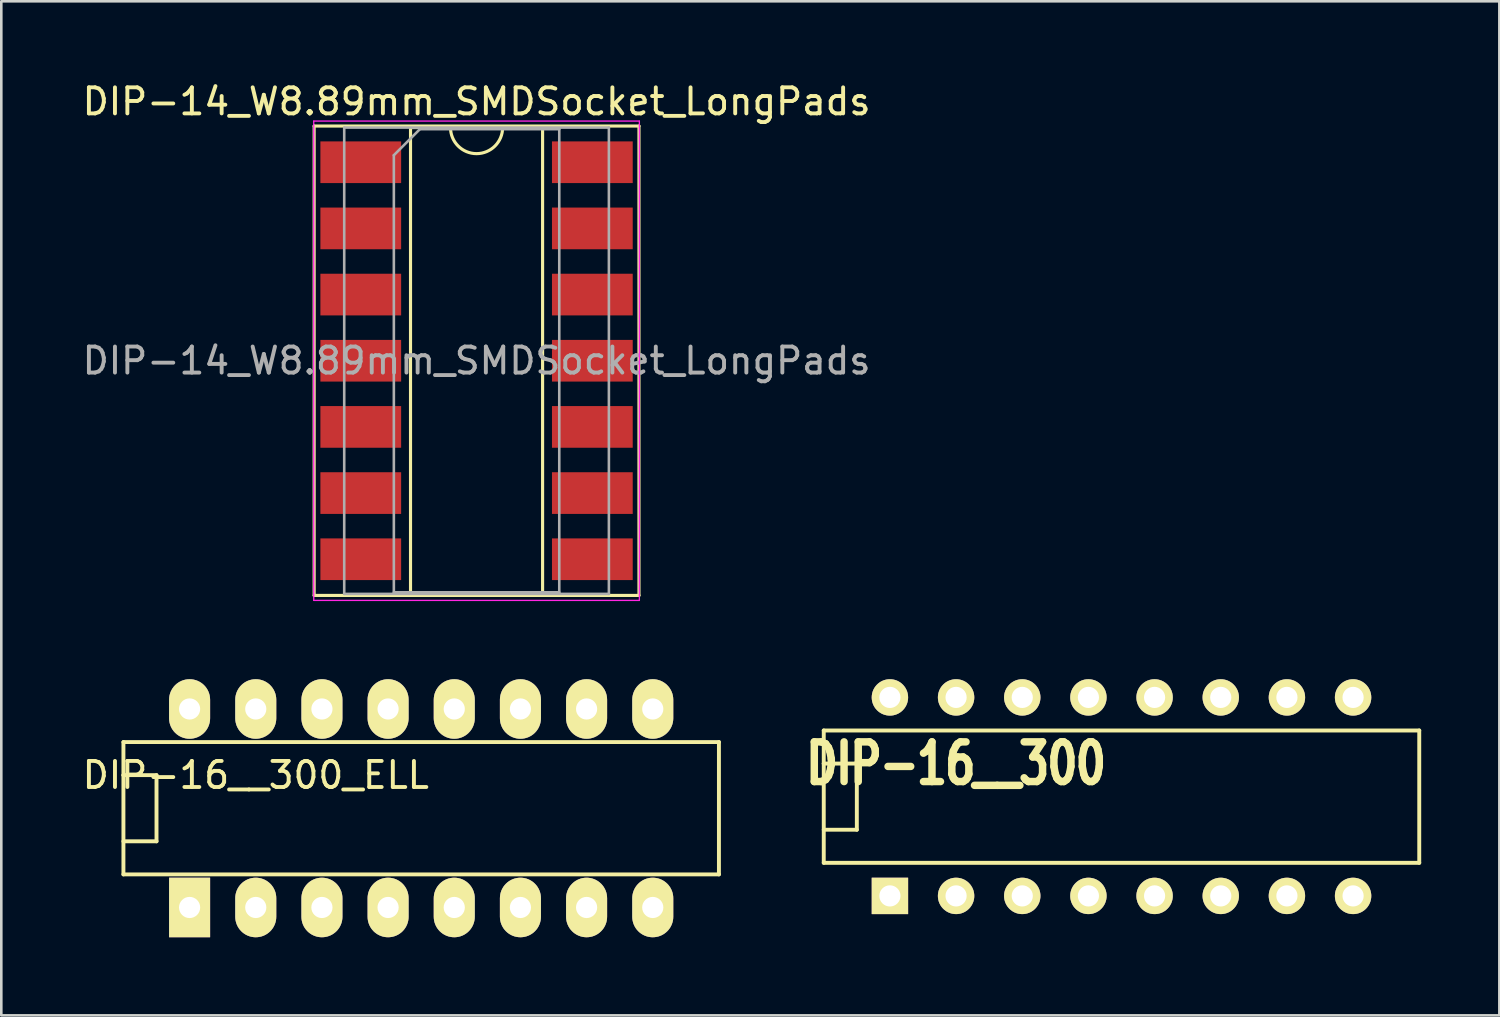
<source format=kicad_pcb>
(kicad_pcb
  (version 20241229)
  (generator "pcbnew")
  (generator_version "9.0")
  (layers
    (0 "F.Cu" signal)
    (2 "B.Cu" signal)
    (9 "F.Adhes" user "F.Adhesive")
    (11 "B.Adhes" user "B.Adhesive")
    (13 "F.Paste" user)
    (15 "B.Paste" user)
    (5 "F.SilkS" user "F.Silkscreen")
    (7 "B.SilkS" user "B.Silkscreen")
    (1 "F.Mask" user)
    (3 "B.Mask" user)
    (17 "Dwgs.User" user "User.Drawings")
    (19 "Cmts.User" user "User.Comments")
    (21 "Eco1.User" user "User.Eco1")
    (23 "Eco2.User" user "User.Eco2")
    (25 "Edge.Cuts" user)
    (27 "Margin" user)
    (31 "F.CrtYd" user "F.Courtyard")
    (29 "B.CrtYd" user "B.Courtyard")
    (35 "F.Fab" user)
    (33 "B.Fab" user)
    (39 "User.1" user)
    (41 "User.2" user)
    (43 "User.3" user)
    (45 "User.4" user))
  (footprint "DIP-14_W8.89mm_SMDSocket_LongPads"
    (layer "F.Cu")
    (at 15.244 10.798)
    (property "Reference" "DIP-14_W8.89mm_SMDSocket_LongPads" (at 0 -9.95 0) (layer "F.SilkS") (effects (font (size 1 1) (thickness 0.15))))
    (attr smd)
    (fp_line (start -6.235 -9.01) (end -6.235 9.01) (stroke (width 0.12) (type solid)) (layer "F.SilkS"))
    (fp_line (start -6.235 9.01) (end 6.235 9.01) (stroke (width 0.12) (type solid)) (layer "F.SilkS"))
    (fp_line (start -2.535 -8.95) (end -2.535 8.95) (stroke (width 0.12) (type solid)) (layer "F.SilkS"))
    (fp_line (start -2.535 8.95) (end 2.535 8.95) (stroke (width 0.12) (type solid)) (layer "F.SilkS"))
    (fp_line (start -1 -8.95) (end -2.535 -8.95) (stroke (width 0.12) (type solid)) (layer "F.SilkS"))
    (fp_line (start 2.535 -8.95) (end 1 -8.95) (stroke (width 0.12) (type solid)) (layer "F.SilkS"))
    (fp_line (start 2.535 8.95) (end 2.535 -8.95) (stroke (width 0.12) (type solid)) (layer "F.SilkS"))
    (fp_line (start 6.235 -9.01) (end -6.235 -9.01) (stroke (width 0.12) (type solid)) (layer "F.SilkS"))
    (fp_line (start 6.235 9.01) (end 6.235 -9.01) (stroke (width 0.12) (type solid)) (layer "F.SilkS"))
    (fp_arc (start 1 -8.95) (mid 0 -7.95) (end -1 -8.95) (stroke (width 0.12) (type solid)) (layer "F.SilkS"))
    (fp_line (start -6.25 -9.2) (end -6.25 9.2) (stroke (width 0.05) (type solid)) (layer "F.CrtYd"))
    (fp_line (start -6.25 9.2) (end 6.25 9.2) (stroke (width 0.05) (type solid)) (layer "F.CrtYd"))
    (fp_line (start 6.25 -9.2) (end -6.25 -9.2) (stroke (width 0.05) (type solid)) (layer "F.CrtYd"))
    (fp_line (start 6.25 9.2) (end 6.25 -9.2) (stroke (width 0.05) (type solid)) (layer "F.CrtYd"))
    (fp_line (start -5.08 -8.95) (end -5.08 8.95) (stroke (width 0.1) (type solid)) (layer "F.Fab"))
    (fp_line (start -5.08 8.95) (end 5.08 8.95) (stroke (width 0.1) (type solid)) (layer "F.Fab"))
    (fp_line (start -3.175 -7.89) (end -2.175 -8.89) (stroke (width 0.1) (type solid)) (layer "F.Fab"))
    (fp_line (start -3.175 8.89) (end -3.175 -7.89) (stroke (width 0.1) (type solid)) (layer "F.Fab"))
    (fp_line (start -2.175 -8.89) (end 3.175 -8.89) (stroke (width 0.1) (type solid)) (layer "F.Fab"))
    (fp_line (start 3.175 -8.89) (end 3.175 8.89) (stroke (width 0.1) (type solid)) (layer "F.Fab"))
    (fp_line (start 3.175 8.89) (end -3.175 8.89) (stroke (width 0.1) (type solid)) (layer "F.Fab"))
    (fp_line (start 5.08 -8.95) (end -5.08 -8.95) (stroke (width 0.1) (type solid)) (layer "F.Fab"))
    (fp_line (start 5.08 8.95) (end 5.08 -8.95) (stroke (width 0.1) (type solid)) (layer "F.Fab"))
    (fp_text user "${REFERENCE}" (at 0 0 0) (layer "F.Fab") (effects (font (size 1 1) (thickness 0.15))))
    (pad "1" smd rect (at -4.445 -7.62) (size 3.1 1.6) (layers "F.Cu" "F.Mask" "F.Paste"))
    (pad "2" smd rect (at -4.445 -5.08) (size 3.1 1.6) (layers "F.Cu" "F.Mask" "F.Paste"))
    (pad "3" smd rect (at -4.445 -2.54) (size 3.1 1.6) (layers "F.Cu" "F.Mask" "F.Paste"))
    (pad "4" smd rect (at -4.445 0) (size 3.1 1.6) (layers "F.Cu" "F.Mask" "F.Paste"))
    (pad "5" smd rect (at -4.445 2.54) (size 3.1 1.6) (layers "F.Cu" "F.Mask" "F.Paste"))
    (pad "6" smd rect (at -4.445 5.08) (size 3.1 1.6) (layers "F.Cu" "F.Mask" "F.Paste"))
    (pad "7" smd rect (at -4.445 7.62) (size 3.1 1.6) (layers "F.Cu" "F.Mask" "F.Paste"))
    (pad "8" smd rect (at 4.445 7.62) (size 3.1 1.6) (layers "F.Cu" "F.Mask" "F.Paste"))
    (pad "9" smd rect (at 4.445 5.08) (size 3.1 1.6) (layers "F.Cu" "F.Mask" "F.Paste"))
    (pad "10" smd rect (at 4.445 2.54) (size 3.1 1.6) (layers "F.Cu" "F.Mask" "F.Paste"))
    (pad "11" smd rect (at 4.445 0) (size 3.1 1.6) (layers "F.Cu" "F.Mask" "F.Paste"))
    (pad "12" smd rect (at 4.445 -2.54) (size 3.1 1.6) (layers "F.Cu" "F.Mask" "F.Paste"))
    (pad "13" smd rect (at 4.445 -5.08) (size 3.1 1.6) (layers "F.Cu" "F.Mask" "F.Paste"))
    (pad "14" smd rect (at 4.445 -7.62) (size 3.1 1.6) (layers "F.Cu" "F.Mask" "F.Paste")))
  (footprint "DIP-16__300_ELL"
    (layer "F.Cu")
    (at 13.118 27.976)
    (property "Reference" "DIP-16__300_ELL" (at -6.35 -1.27 0) (layer "F.SilkS") (effects (font (size 1 1) (thickness 0.15))))
    (attr through_hole)
    (fp_line (start -11.43 -2.54) (end 11.43 -2.54) (stroke (width 0.15) (type solid)) (layer "F.SilkS"))
    (fp_line (start -11.43 -1.27) (end -11.43 -1.27) (stroke (width 0.15) (type solid)) (layer "F.SilkS"))
    (fp_line (start -11.43 -1.27) (end -10.16 -1.27) (stroke (width 0.15) (type solid)) (layer "F.SilkS"))
    (fp_line (start -11.43 2.54) (end -11.43 -2.54) (stroke (width 0.15) (type solid)) (layer "F.SilkS"))
    (fp_line (start -10.16 -1.27) (end -10.16 1.27) (stroke (width 0.15) (type solid)) (layer "F.SilkS"))
    (fp_line (start -10.16 1.27) (end -11.43 1.27) (stroke (width 0.15) (type solid)) (layer "F.SilkS"))
    (fp_line (start 11.43 -2.54) (end 11.43 2.54) (stroke (width 0.15) (type solid)) (layer "F.SilkS"))
    (fp_line (start 11.43 2.54) (end -11.43 2.54) (stroke (width 0.15) (type solid)) (layer "F.SilkS"))
    (pad "1" thru_hole rect (at -8.89 3.81) (size 1.575 2.286) (drill 0.813) (layers "*.Cu" "*.Mask" "F.SilkS"))
    (pad "2" thru_hole oval (at -6.35 3.81) (size 1.575 2.286) (drill 0.813) (layers "*.Cu" "*.Mask" "F.SilkS"))
    (pad "3" thru_hole oval (at -3.81 3.81) (size 1.575 2.286) (drill 0.813) (layers "*.Cu" "*.Mask" "F.SilkS"))
    (pad "4" thru_hole oval (at -1.27 3.81) (size 1.575 2.286) (drill 0.813) (layers "*.Cu" "*.Mask" "F.SilkS"))
    (pad "5" thru_hole oval (at 1.27 3.81) (size 1.575 2.286) (drill 0.813) (layers "*.Cu" "*.Mask" "F.SilkS"))
    (pad "6" thru_hole oval (at 3.81 3.81) (size 1.575 2.286) (drill 0.813) (layers "*.Cu" "*.Mask" "F.SilkS"))
    (pad "7" thru_hole oval (at 6.35 3.81) (size 1.575 2.286) (drill 0.813) (layers "*.Cu" "*.Mask" "F.SilkS"))
    (pad "8" thru_hole oval (at 8.89 3.81) (size 1.575 2.286) (drill 0.813) (layers "*.Cu" "*.Mask" "F.SilkS"))
    (pad "9" thru_hole oval (at 8.89 -3.81) (size 1.575 2.286) (drill 0.813) (layers "*.Cu" "*.Mask" "F.SilkS"))
    (pad "10" thru_hole oval (at 6.35 -3.81) (size 1.575 2.286) (drill 0.813) (layers "*.Cu" "*.Mask" "F.SilkS"))
    (pad "11" thru_hole oval (at 3.81 -3.81) (size 1.575 2.286) (drill 0.813) (layers "*.Cu" "*.Mask" "F.SilkS"))
    (pad "12" thru_hole oval (at 1.27 -3.81) (size 1.575 2.286) (drill 0.813) (layers "*.Cu" "*.Mask" "F.SilkS"))
    (pad "13" thru_hole oval (at -1.27 -3.81) (size 1.575 2.286) (drill 0.813) (layers "*.Cu" "*.Mask" "F.SilkS"))
    (pad "14" thru_hole oval (at -3.81 -3.81) (size 1.575 2.286) (drill 0.813) (layers "*.Cu" "*.Mask" "F.SilkS"))
    (pad "15" thru_hole oval (at -6.35 -3.81) (size 1.575 2.286) (drill 0.813) (layers "*.Cu" "*.Mask" "F.SilkS"))
    (pad "16" thru_hole oval (at -8.89 -3.81) (size 1.575 2.286) (drill 0.813) (layers "*.Cu" "*.Mask" "F.SilkS")))
  (footprint "DIP-16__300"
    (layer "F.Cu")
    (at 40.002 27.532)
    (property "Reference" "DIP-16__300" (at -6.35 -1.27 0) (layer "F.SilkS") (effects (font (size 1.524 1.143) (thickness 0.305))))
    (attr through_hole)
    (fp_line (start -11.43 -2.54) (end 11.43 -2.54) (stroke (width 0.15) (type solid)) (layer "F.SilkS"))
    (fp_line (start -11.43 -1.27) (end -11.43 -1.27) (stroke (width 0.15) (type solid)) (layer "F.SilkS"))
    (fp_line (start -11.43 -1.27) (end -10.16 -1.27) (stroke (width 0.15) (type solid)) (layer "F.SilkS"))
    (fp_line (start -11.43 2.54) (end -11.43 -2.54) (stroke (width 0.15) (type solid)) (layer "F.SilkS"))
    (fp_line (start -10.16 -1.27) (end -10.16 1.27) (stroke (width 0.15) (type solid)) (layer "F.SilkS"))
    (fp_line (start -10.16 1.27) (end -11.43 1.27) (stroke (width 0.15) (type solid)) (layer "F.SilkS"))
    (fp_line (start 11.43 -2.54) (end 11.43 2.54) (stroke (width 0.15) (type solid)) (layer "F.SilkS"))
    (fp_line (start 11.43 2.54) (end -11.43 2.54) (stroke (width 0.15) (type solid)) (layer "F.SilkS"))
    (pad "1" thru_hole rect (at -8.89 3.81) (size 1.397 1.397) (drill 0.813) (layers "*.Cu" "*.Mask" "F.SilkS"))
    (pad "2" thru_hole circle (at -6.35 3.81) (size 1.397 1.397) (drill 0.813) (layers "*.Cu" "*.Mask" "F.SilkS"))
    (pad "3" thru_hole circle (at -3.81 3.81) (size 1.397 1.397) (drill 0.813) (layers "*.Cu" "*.Mask" "F.SilkS"))
    (pad "4" thru_hole circle (at -1.27 3.81) (size 1.397 1.397) (drill 0.813) (layers "*.Cu" "*.Mask" "F.SilkS"))
    (pad "5" thru_hole circle (at 1.27 3.81) (size 1.397 1.397) (drill 0.813) (layers "*.Cu" "*.Mask" "F.SilkS"))
    (pad "6" thru_hole circle (at 3.81 3.81) (size 1.397 1.397) (drill 0.813) (layers "*.Cu" "*.Mask" "F.SilkS"))
    (pad "7" thru_hole circle (at 6.35 3.81) (size 1.397 1.397) (drill 0.813) (layers "*.Cu" "*.Mask" "F.SilkS"))
    (pad "8" thru_hole circle (at 8.89 3.81) (size 1.397 1.397) (drill 0.813) (layers "*.Cu" "*.Mask" "F.SilkS"))
    (pad "9" thru_hole circle (at 8.89 -3.81) (size 1.397 1.397) (drill 0.813) (layers "*.Cu" "*.Mask" "F.SilkS"))
    (pad "10" thru_hole circle (at 6.35 -3.81) (size 1.397 1.397) (drill 0.813) (layers "*.Cu" "*.Mask" "F.SilkS"))
    (pad "11" thru_hole circle (at 3.81 -3.81) (size 1.397 1.397) (drill 0.813) (layers "*.Cu" "*.Mask" "F.SilkS"))
    (pad "12" thru_hole circle (at 1.27 -3.81) (size 1.397 1.397) (drill 0.813) (layers "*.Cu" "*.Mask" "F.SilkS"))
    (pad "13" thru_hole circle (at -1.27 -3.81) (size 1.397 1.397) (drill 0.813) (layers "*.Cu" "*.Mask" "F.SilkS"))
    (pad "14" thru_hole circle (at -3.81 -3.81) (size 1.397 1.397) (drill 0.813) (layers "*.Cu" "*.Mask" "F.SilkS"))
    (pad "15" thru_hole circle (at -6.35 -3.81) (size 1.397 1.397) (drill 0.813) (layers "*.Cu" "*.Mask" "F.SilkS"))
    (pad "16" thru_hole circle (at -8.89 -3.81) (size 1.397 1.397) (drill 0.813) (layers "*.Cu" "*.Mask" "F.SilkS")))
  (gr_rect
    (start -3 -3)
    (end 54.507 35.929)
    (stroke (width 0.1) (type default))
    (fill no)
    (layer "Edge.Cuts")))
</source>
